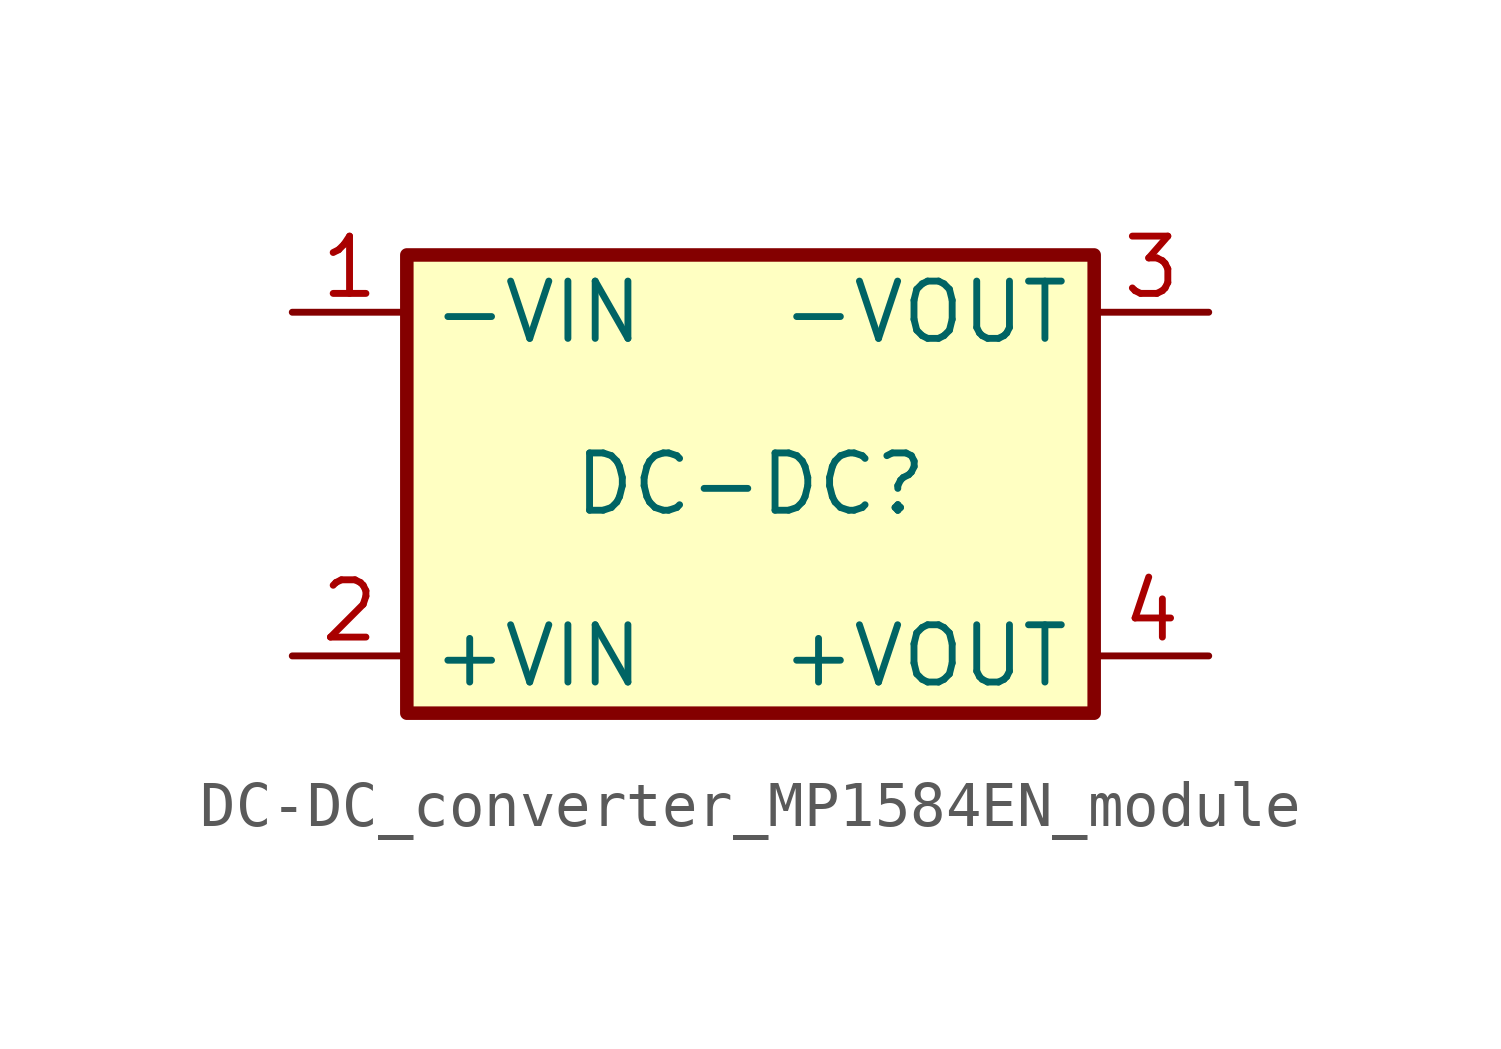
<source format=kicad_sym>
(kicad_symbol_lib
  (version 20220914)
  (generator kicad_symbol_editor)
  (symbol "DC-DC_converter_MP1584EN_module"
    (property "Reference" "DC-DC"
      (at 0 0 0)
      (effects (font (size 1.27 1.27))))
    (property "Value" ""
      (at 0 0 0)
      (effects (font (size 1.27 1.27))))
    (symbol "DC-DC_converter_MP1584EN_module_1_1"
      (rectangle (start -7.62 5.08) (end 7.62 -5.08) (stroke (width 0.3) (type default)) (fill (type background)))
      (pin input line (at -10.16 3.81 0) (length 2.54) (name "-VIN" (effects (font (size 1.27 1.27)))) (number "1" (effects (font (size 1.27 1.27)))))
      (pin input line (at -10.16 -3.81 0) (length 2.54) (name "+VIN" (effects (font (size 1.27 1.27)))) (number "2" (effects (font (size 1.27 1.27)))))
      (pin output line (at 10.16 3.81 180) (length 2.54) (name "-VOUT" (effects (font (size 1.27 1.27)))) (number "3" (effects (font (size 1.27 1.27)))))
      (pin output line (at 10.16 -3.81 180) (length 2.54) (name "+VOUT" (effects (font (size 1.27 1.27)))) (number "4" (effects (font (size 1.27 1.27))))))))
</source>
